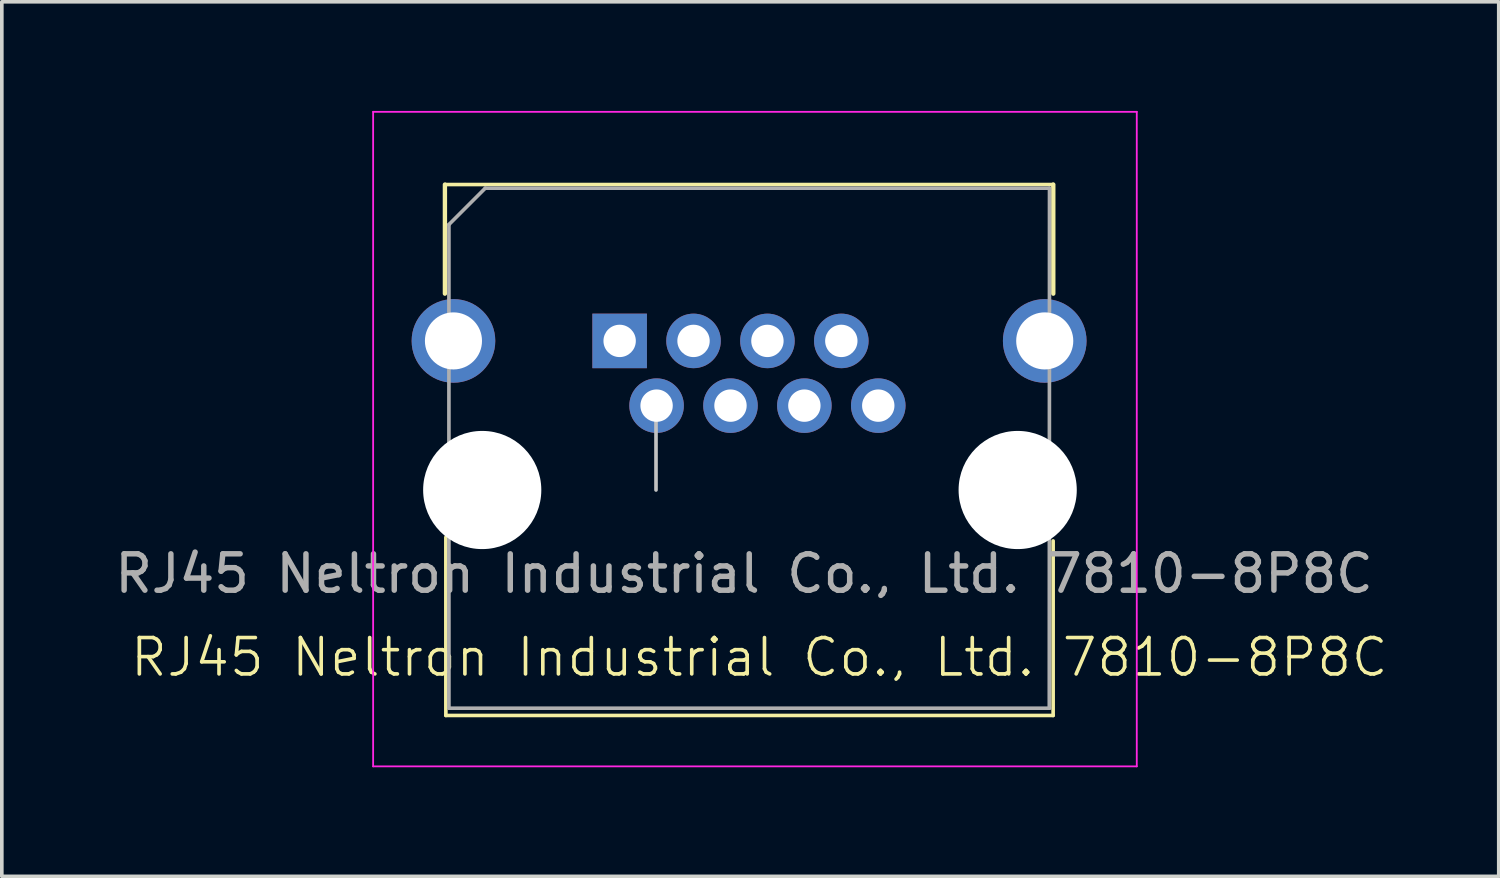
<source format=kicad_pcb>
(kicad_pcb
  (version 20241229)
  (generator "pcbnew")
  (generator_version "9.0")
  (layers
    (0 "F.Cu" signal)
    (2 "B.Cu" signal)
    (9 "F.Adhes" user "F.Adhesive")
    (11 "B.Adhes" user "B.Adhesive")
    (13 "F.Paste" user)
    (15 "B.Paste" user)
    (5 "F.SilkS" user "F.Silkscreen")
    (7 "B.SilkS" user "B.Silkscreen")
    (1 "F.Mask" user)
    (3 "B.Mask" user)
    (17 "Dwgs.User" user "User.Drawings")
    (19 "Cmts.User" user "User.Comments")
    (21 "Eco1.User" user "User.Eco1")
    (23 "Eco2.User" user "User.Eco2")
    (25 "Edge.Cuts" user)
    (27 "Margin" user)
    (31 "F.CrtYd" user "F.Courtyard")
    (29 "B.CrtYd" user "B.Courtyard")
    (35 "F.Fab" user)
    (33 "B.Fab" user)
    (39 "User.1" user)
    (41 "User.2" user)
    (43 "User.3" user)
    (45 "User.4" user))
  (footprint "RJ45 Neltron Industrial Co., Ltd. 7810-8P8C"
    (layer "F.Cu")
    (at 9.538 4.545)
    (property "Reference" "RJ45 Neltron Industrial Co., Ltd. 7810-8P8C" (at 8.292 10.48 0) (unlocked yes) (layer "F.SilkS") (effects (font (size 1 1) (thickness 0.1))))
    (attr smd)
    (fp_line (start -0.353 -2.52) (end -0.353 0.48) (stroke (width 0.12) (type solid)) (layer "F.SilkS"))
    (fp_line (start -0.327 -2.52) (end 16.377 -2.52) (stroke (width 0.1) (type default)) (layer "F.SilkS"))
    (fp_line (start -0.327 7.18) (end -0.327 12.08) (stroke (width 0.1) (type default)) (layer "F.SilkS"))
    (fp_line (start 16.373 7.28) (end 16.373 12.08) (stroke (width 0.1) (type default)) (layer "F.SilkS"))
    (fp_line (start 16.373 12.08) (end -0.327 12.08) (stroke (width 0.1) (type default)) (layer "F.SilkS"))
    (fp_line (start 16.377 -2.52) (end 16.377 0.48) (stroke (width 0.12) (type solid)) (layer "F.SilkS"))
    (fp_line (start 5.452 3.58) (end 5.452 5.88) (stroke (width 0.1) (type default)) (layer "Dwgs.User"))
    (fp_line (start -2.327 -4.52) (end -2.327 13.48) (stroke (width 0.05) (type default)) (layer "F.CrtYd"))
    (fp_line (start -2.327 -4.52) (end 18.673 -4.52) (stroke (width 0.05) (type default)) (layer "F.CrtYd"))
    (fp_line (start -2.327 13.48) (end 18.673 13.48) (stroke (width 0.05) (type default)) (layer "F.CrtYd"))
    (fp_line (start 18.673 13.48) (end 18.673 -4.52) (stroke (width 0.05) (type default)) (layer "F.CrtYd"))
    (fp_line (start -0.243 -1.42) (end -0.243 11.88) (stroke (width 0.1) (type solid)) (layer "F.Fab"))
    (fp_line (start -0.243 -1.42) (end 0.757 -2.42) (stroke (width 0.1) (type solid)) (layer "F.Fab"))
    (fp_line (start -0.232 11.88) (end 16.278 11.88) (stroke (width 0.1) (type solid)) (layer "F.Fab"))
    (fp_line (start 0.757 -2.42) (end 16.267 -2.42) (stroke (width 0.1) (type solid)) (layer "F.Fab"))
    (fp_line (start 16.273 -2.42) (end 16.267 11.88) (stroke (width 0.1) (type solid)) (layer "F.Fab"))
    (fp_text user "${REFERENCE}" (at 7.873 8.18 0) (layer "F.Fab") (effects (font (size 1 1) (thickness 0.15))))
    (pad "" np_thru_hole circle (at 0.673 5.88) (size 3.25 3.25) (drill 3.25) (layers "*.Cu" "*.Mask"))
    (pad "" np_thru_hole circle (at 15.398 5.88) (size 3.25 3.25) (drill 3.25) (layers "*.Cu" "*.Mask"))
    (pad "1" thru_hole rect (at 4.452 1.78) (size 1.5 1.5) (drill 0.89) (layers "*.Cu" "*.Mask"))
    (pad "2" thru_hole circle (at 5.468 3.56) (size 1.5 1.5) (drill 0.89) (layers "*.Cu" "*.Mask"))
    (pad "3" thru_hole circle (at 6.484 1.78) (size 1.5 1.5) (drill 0.89) (layers "*.Cu" "*.Mask"))
    (pad "4" thru_hole circle (at 7.5 3.56) (size 1.5 1.5) (drill 0.89) (layers "*.Cu" "*.Mask"))
    (pad "5" thru_hole circle (at 8.516 1.78) (size 1.5 1.5) (drill 0.89) (layers "*.Cu" "*.Mask"))
    (pad "6" thru_hole circle (at 9.532 3.56) (size 1.5 1.5) (drill 0.89) (layers "*.Cu" "*.Mask"))
    (pad "7" thru_hole circle (at 10.548 1.78) (size 1.5 1.5) (drill 0.89) (layers "*.Cu" "*.Mask"))
    (pad "8" thru_hole circle (at 11.564 3.56) (size 1.5 1.5) (drill 0.89) (layers "*.Cu" "*.Mask"))
    (pad "SH" thru_hole circle (at -0.118 1.78) (size 2.3 2.3) (drill 1.57) (layers "*.Cu" "*.Mask"))
    (pad "SH" thru_hole circle (at 16.142 1.78) (size 2.3 2.3) (drill 1.57) (layers "*.Cu" "*.Mask")))
  (gr_rect
    (start -3 -3)
    (end 38.165 21.05)
    (stroke (width 0.1) (type default))
    (fill no)
    (layer "Edge.Cuts")))
</source>
